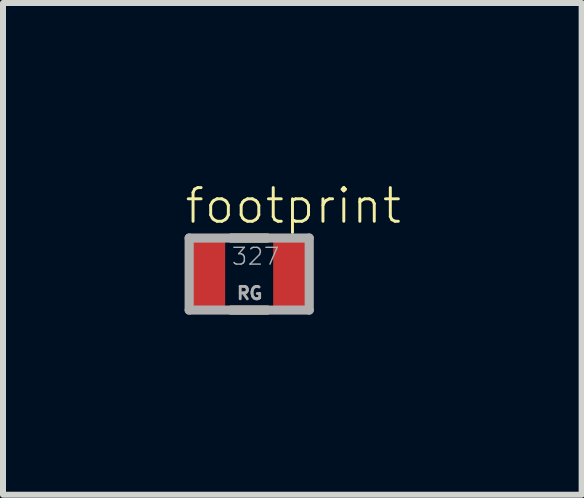
<source format=kicad_pcb>
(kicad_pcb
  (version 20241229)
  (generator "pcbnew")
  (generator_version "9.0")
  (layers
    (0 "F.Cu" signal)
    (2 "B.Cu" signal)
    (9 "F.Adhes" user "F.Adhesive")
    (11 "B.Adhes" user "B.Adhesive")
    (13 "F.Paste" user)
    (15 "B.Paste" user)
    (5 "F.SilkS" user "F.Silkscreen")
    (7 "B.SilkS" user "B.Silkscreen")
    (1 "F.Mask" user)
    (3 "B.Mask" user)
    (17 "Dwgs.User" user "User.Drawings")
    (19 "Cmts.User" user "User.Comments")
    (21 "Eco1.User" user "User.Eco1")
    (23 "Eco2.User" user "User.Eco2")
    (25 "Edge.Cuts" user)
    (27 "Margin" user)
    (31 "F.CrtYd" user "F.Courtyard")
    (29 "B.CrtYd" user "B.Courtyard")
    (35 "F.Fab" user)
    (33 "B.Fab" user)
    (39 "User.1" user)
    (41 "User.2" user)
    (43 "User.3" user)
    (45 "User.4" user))
  (footprint "footprint"
    (layer "F.Cu")
    (at 1.101 1.515)
    (property "Reference" "footprint" (at -1.101 -0.808 0) (layer "F.SilkS") (effects (font (size 0.561 0.561) (thickness 0.049)) (justify left bottom)))
    (fp_line (start -0.3 -0.6) (end 0.3 -0.6) (stroke (width 0.152) (type solid)) (layer "F.SilkS"))
    (fp_line (start -0.3 0.6) (end 0.3 0.6) (stroke (width 0.152) (type solid)) (layer "F.SilkS"))
    (fp_line (start -1 -0.6) (end -1 0.6) (stroke (width 0.152) (type solid)) (layer "F.Fab"))
    (fp_line (start -1 0.6) (end 1 0.6) (stroke (width 0.152) (type solid)) (layer "F.Fab"))
    (fp_line (start 1 -0.6) (end -1 -0.6) (stroke (width 0.152) (type solid)) (layer "F.Fab"))
    (fp_line (start 1 0.6) (end 1 -0.6) (stroke (width 0.152) (type solid)) (layer "F.Fab"))
    (fp_text user "RG" (at -0.23 0.44 0) (layer "F.Fab") (effects (font (size 0.206 0.206) (thickness 0.048)) (justify left bottom)))
    (fp_text user "327" (at -0.31 -0.13 0) (layer "F.Fab") (effects (font (size 0.28 0.28) (thickness 0.024)) (justify left bottom)))
    (pad "1" smd rect (at -0.7 0) (size 0.6 1.1) (layers "F.Cu" "F.Mask" "F.Paste"))
    (pad "2" smd rect (at 0.7 0) (size 0.6 1.1) (layers "F.Cu" "F.Mask" "F.Paste")))
  (gr_rect
    (start -3 -3)
    (end 6.639 5.191)
    (stroke (width 0.1) (type default))
    (fill no)
    (layer "Edge.Cuts")))
</source>
